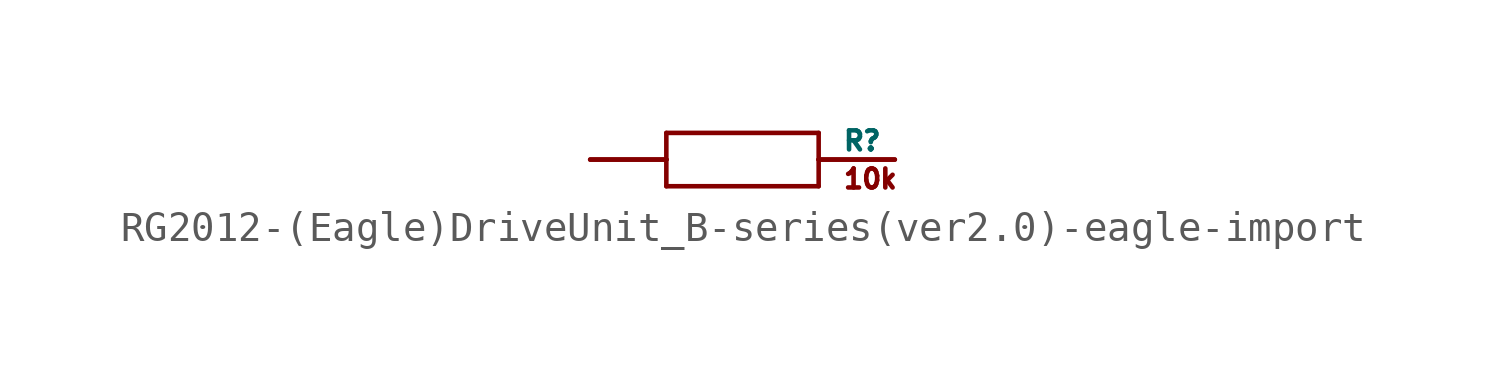
<source format=kicad_sym>
(kicad_symbol_lib
  (version 20220914)
  (generator kicad_symbol_editor)
  (symbol "RG2012-(Eagle)DriveUnit_B-series(ver2.0)-eagle-import"
    (pin_names
      (offset 1.016))
    (property "Reference" "R"
      (at 3.302 0.254 0)
      (effects (font (size 0.635 0.635)) (justify left bottom)))
    (property "ki_locked" ""
      (at 0 0 0)
      (effects (font (size 1.27 1.27))))
    (symbol "RG2012-(Eagle)DriveUnit_B-series(ver2.0)-eagle-import_1_0"
      (polyline (pts (xy -5.08 0) (xy -2.54 0)) (stroke (width 0) (type solid)) (fill (type none)))
      (polyline (pts (xy -2.54 -0.889) (xy -2.54 0)) (stroke (width 0) (type solid)) (fill (type none)))
      (polyline (pts (xy -2.54 -0.889) (xy 2.54 -0.889)) (stroke (width 0) (type solid)) (fill (type none)))
      (polyline (pts (xy -2.54 0) (xy -2.54 0.889)) (stroke (width 0) (type solid)) (fill (type none)))
      (polyline (pts (xy 2.54 -0.889) (xy 2.54 0)) (stroke (width 0) (type solid)) (fill (type none)))
      (polyline (pts (xy 2.54 0) (xy 2.54 0.889)) (stroke (width 0) (type solid)) (fill (type none)))
      (polyline (pts (xy 2.54 0) (xy 5.08 0)) (stroke (width 0) (type solid)) (fill (type none)))
      (polyline (pts (xy 2.54 0.889) (xy -2.54 0.889)) (stroke (width 0) (type solid)) (fill (type none)))
      (text "10k" (at 3.302 -1.016 0) (effects (font (size 0.635 0.635)) (justify left bottom)))
      (pin bidirectional line (at -5.08 0 0) (length 2.54) (name "LEFT" (effects (font (size 0 0)))) (number "LEFT" (effects (font (size 0 0)))))
      (pin bidirectional line (at 5.08 0 180) (length 2.54) (name "RIGHT" (effects (font (size 0 0)))) (number "RIGHT" (effects (font (size 0 0))))))))
</source>
